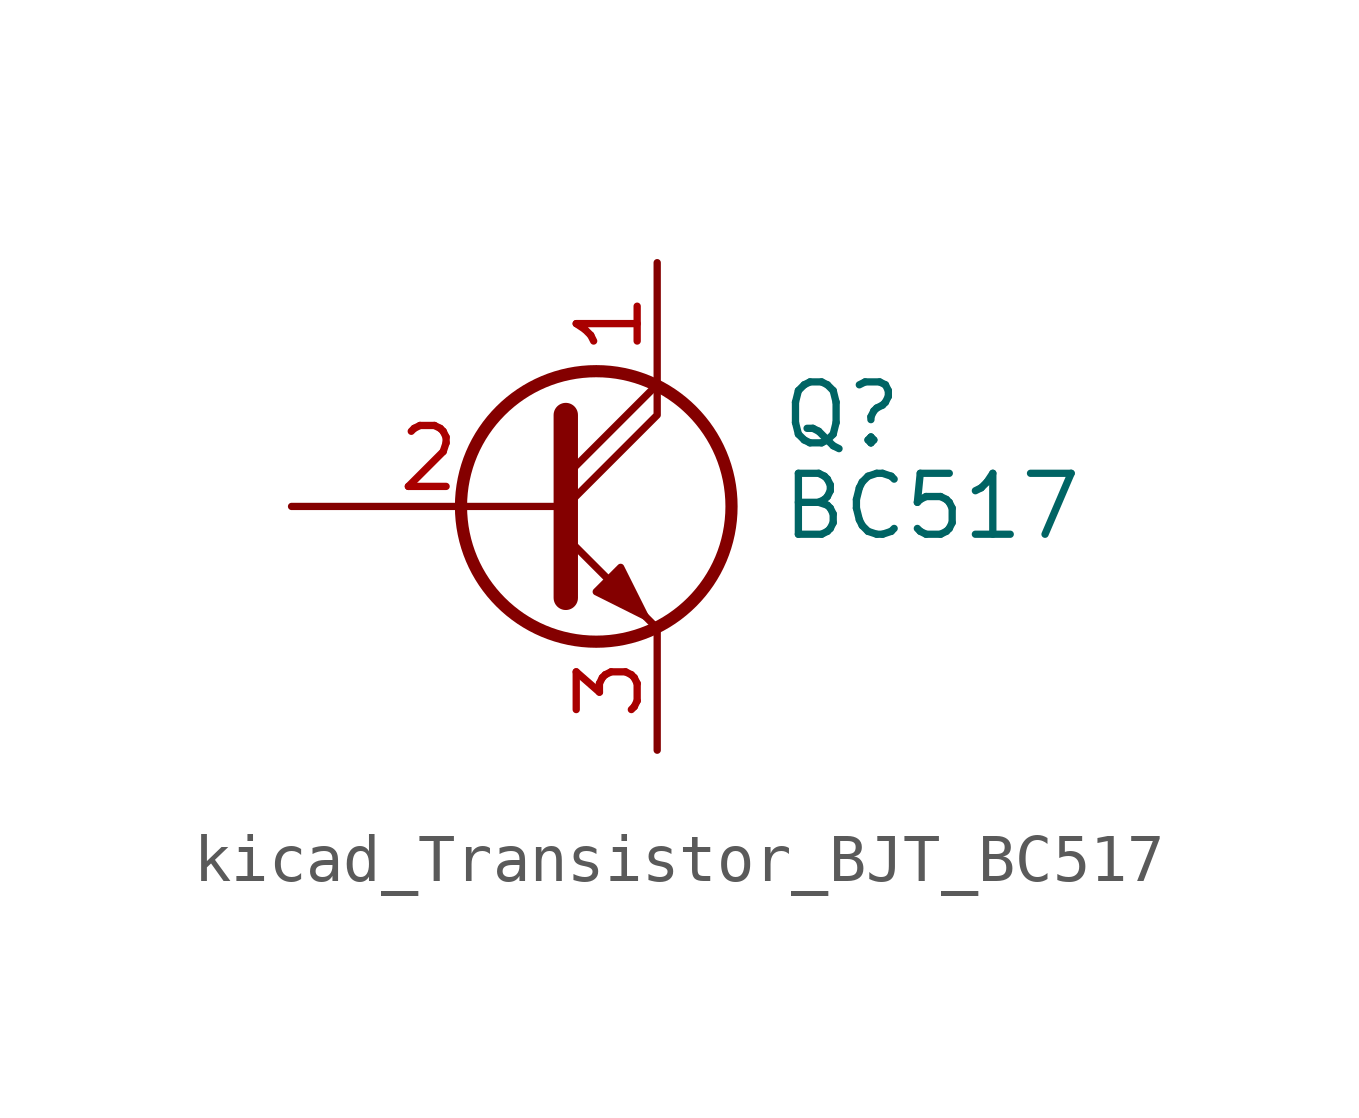
<source format=kicad_sym>
(kicad_symbol_lib
  (version 20220914)
  (generator kicad_symbol_editor)
  (symbol "kicad_Transistor_BJT_BC517"
    (pin_names
      (offset 0) hide)
    (property "Reference" "Q"
      (at 5.08 1.905 0)
      (effects (font (size 1.27 1.27)) (justify left)))
    (property "Value" "BC517"
      (at 5.08 0 0)
      (effects (font (size 1.27 1.27)) (justify left)))
    (symbol "kicad_Transistor_BJT_BC517_0_1"
      (polyline (pts (xy 0.635 0.635) (xy 2.54 2.54)) (stroke (width 0) (type default)) (fill (type none)))
      (polyline (pts (xy 0.635 -0.635) (xy 2.54 -2.54) (xy 2.54 -2.54)) (stroke (width 0) (type default)) (fill (type none)))
      (polyline (pts (xy 0.635 0) (xy 2.54 1.905) (xy 2.54 2.54)) (stroke (width 0) (type default)) (fill (type none)))
      (polyline (pts (xy 0.635 1.905) (xy 0.635 -1.905) (xy 0.635 -1.905)) (stroke (width 0.508) (type default)) (fill (type none)))
      (polyline (pts (xy 1.27 -1.778) (xy 1.778 -1.27) (xy 2.286 -2.286) (xy 1.27 -1.778) (xy 1.27 -1.778)) (stroke (width 0) (type default)) (fill (type outline)))
      (circle (center 1.27 0) (radius 2.819) (stroke (width 0.254) (type default)) (fill (type none))))
    (symbol "kicad_Transistor_BJT_BC517_1_1"
      (pin passive line (at 2.54 5.08 270) (length 2.54) (name "C" (effects (font (size 1.27 1.27)))) (number "1" (effects (font (size 1.27 1.27)))))
      (pin input line (at -5.08 0 0) (length 5.715) (name "B" (effects (font (size 1.27 1.27)))) (number "2" (effects (font (size 1.27 1.27)))))
      (pin passive line (at 2.54 -5.08 90) (length 2.54) (name "E" (effects (font (size 1.27 1.27)))) (number "3" (effects (font (size 1.27 1.27))))))))
</source>
